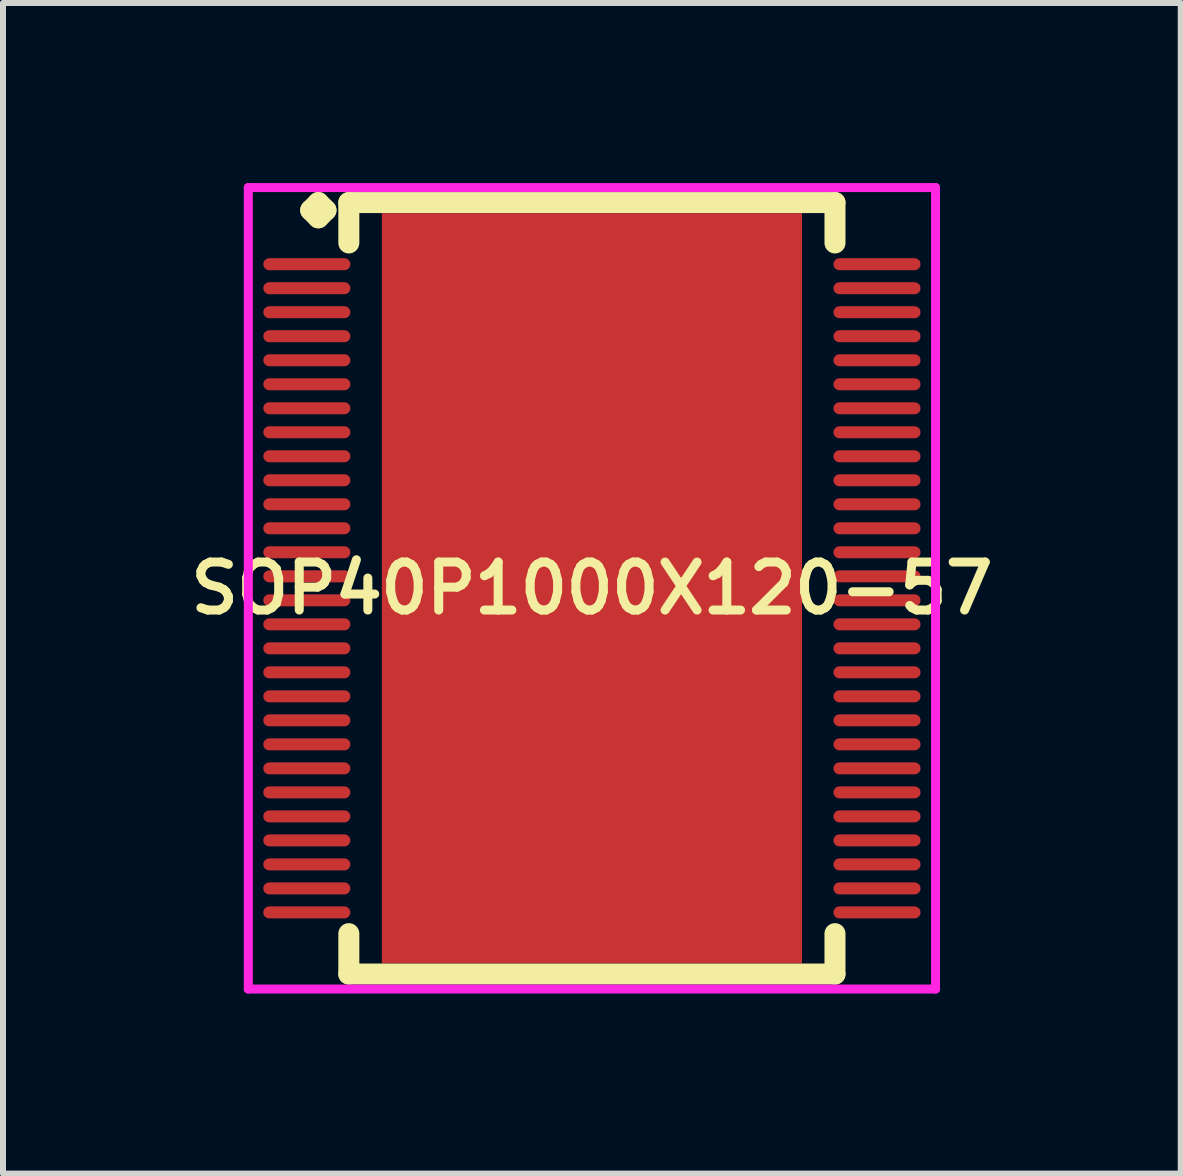
<source format=kicad_pcb>
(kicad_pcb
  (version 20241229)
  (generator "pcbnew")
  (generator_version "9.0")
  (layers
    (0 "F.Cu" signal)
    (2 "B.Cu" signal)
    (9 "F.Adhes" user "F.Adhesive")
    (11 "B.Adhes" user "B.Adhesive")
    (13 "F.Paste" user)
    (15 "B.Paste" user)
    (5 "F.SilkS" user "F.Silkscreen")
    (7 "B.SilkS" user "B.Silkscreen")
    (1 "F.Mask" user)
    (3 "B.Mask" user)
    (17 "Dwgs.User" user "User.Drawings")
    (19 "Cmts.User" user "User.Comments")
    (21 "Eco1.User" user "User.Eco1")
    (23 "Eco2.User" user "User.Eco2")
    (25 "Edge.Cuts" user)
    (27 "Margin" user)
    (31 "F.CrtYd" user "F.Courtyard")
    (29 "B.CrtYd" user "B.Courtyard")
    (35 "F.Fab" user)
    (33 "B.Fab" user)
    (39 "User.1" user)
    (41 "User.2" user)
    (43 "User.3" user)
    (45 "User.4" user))
  (footprint "SOP40P1000X120-57"
    (layer "F.Cu")
    (at 6.812 6.752)
    (property "Reference" "SOP40P1000X120-57" (at 0 0 0) (layer "F.SilkS") (effects (font (size 0.8 0.8) (thickness 0.15))))
    (attr smd)
    (fp_line (start -4.685 -6.3) (end -4.558 -6.427) (stroke (width 0.35) (type solid)) (layer "F.SilkS"))
    (fp_line (start -4.558 -6.427) (end -4.431 -6.3) (stroke (width 0.35) (type solid)) (layer "F.SilkS"))
    (fp_line (start -4.558 -6.173) (end -4.685 -6.3) (stroke (width 0.35) (type solid)) (layer "F.SilkS"))
    (fp_line (start -4.431 -6.3) (end -4.558 -6.173) (stroke (width 0.35) (type solid)) (layer "F.SilkS"))
    (fp_line (start -4.05 -6.427) (end 4.05 -6.427) (stroke (width 0.35) (type solid)) (layer "F.SilkS"))
    (fp_line (start -4.05 -5.754) (end -4.05 -6.427) (stroke (width 0.35) (type solid)) (layer "F.SilkS"))
    (fp_line (start -4.05 5.754) (end -4.05 6.427) (stroke (width 0.35) (type solid)) (layer "F.SilkS"))
    (fp_line (start -4.05 6.427) (end 4.05 6.427) (stroke (width 0.35) (type solid)) (layer "F.SilkS"))
    (fp_line (start 4.05 -6.427) (end 4.05 -5.754) (stroke (width 0.35) (type solid)) (layer "F.SilkS"))
    (fp_line (start 4.05 6.427) (end 4.05 5.754) (stroke (width 0.35) (type solid)) (layer "F.SilkS"))
    (fp_line (start -5.725 -6.677) (end 5.725 -6.677) (stroke (width 0.15) (type solid)) (layer "F.CrtYd"))
    (fp_line (start -5.725 6.677) (end -5.725 -6.677) (stroke (width 0.15) (type solid)) (layer "F.CrtYd"))
    (fp_line (start 5.725 -6.677) (end 5.725 6.677) (stroke (width 0.15) (type solid)) (layer "F.CrtYd"))
    (fp_line (start 5.725 6.677) (end -5.725 6.677) (stroke (width 0.15) (type solid)) (layer "F.CrtYd"))
    (pad "1" smd oval (at -4.75 -5.4) (size 1.45 0.2) (layers "F.Cu" "F.Mask" "F.Paste"))
    (pad "2" smd oval (at -4.75 -5) (size 1.45 0.2) (layers "F.Cu" "F.Mask" "F.Paste"))
    (pad "3" smd oval (at -4.75 -4.6) (size 1.45 0.2) (layers "F.Cu" "F.Mask" "F.Paste"))
    (pad "4" smd oval (at -4.75 -4.2) (size 1.45 0.2) (layers "F.Cu" "F.Mask" "F.Paste"))
    (pad "5" smd oval (at -4.75 -3.8) (size 1.45 0.2) (layers "F.Cu" "F.Mask" "F.Paste"))
    (pad "6" smd oval (at -4.75 -3.4) (size 1.45 0.2) (layers "F.Cu" "F.Mask" "F.Paste"))
    (pad "7" smd oval (at -4.75 -3) (size 1.45 0.2) (layers "F.Cu" "F.Mask" "F.Paste"))
    (pad "8" smd oval (at -4.75 -2.6) (size 1.45 0.2) (layers "F.Cu" "F.Mask" "F.Paste"))
    (pad "9" smd oval (at -4.75 -2.2) (size 1.45 0.2) (layers "F.Cu" "F.Mask" "F.Paste"))
    (pad "10" smd oval (at -4.75 -1.8) (size 1.45 0.2) (layers "F.Cu" "F.Mask" "F.Paste"))
    (pad "11" smd oval (at -4.75 -1.4) (size 1.45 0.2) (layers "F.Cu" "F.Mask" "F.Paste"))
    (pad "12" smd oval (at -4.75 -1) (size 1.45 0.2) (layers "F.Cu" "F.Mask" "F.Paste"))
    (pad "13" smd oval (at -4.75 -0.6) (size 1.45 0.2) (layers "F.Cu" "F.Mask" "F.Paste"))
    (pad "14" smd oval (at -4.75 -0.2) (size 1.45 0.2) (layers "F.Cu" "F.Mask" "F.Paste"))
    (pad "15" smd oval (at -4.75 0.2) (size 1.45 0.2) (layers "F.Cu" "F.Mask" "F.Paste"))
    (pad "16" smd oval (at -4.75 0.6) (size 1.45 0.2) (layers "F.Cu" "F.Mask" "F.Paste"))
    (pad "17" smd oval (at -4.75 1) (size 1.45 0.2) (layers "F.Cu" "F.Mask" "F.Paste"))
    (pad "18" smd oval (at -4.75 1.4) (size 1.45 0.2) (layers "F.Cu" "F.Mask" "F.Paste"))
    (pad "19" smd oval (at -4.75 1.8) (size 1.45 0.2) (layers "F.Cu" "F.Mask" "F.Paste"))
    (pad "20" smd oval (at -4.75 2.2) (size 1.45 0.2) (layers "F.Cu" "F.Mask" "F.Paste"))
    (pad "21" smd oval (at -4.75 2.6) (size 1.45 0.2) (layers "F.Cu" "F.Mask" "F.Paste"))
    (pad "22" smd oval (at -4.75 3) (size 1.45 0.2) (layers "F.Cu" "F.Mask" "F.Paste"))
    (pad "23" smd oval (at -4.75 3.4) (size 1.45 0.2) (layers "F.Cu" "F.Mask" "F.Paste"))
    (pad "24" smd oval (at -4.75 3.8) (size 1.45 0.2) (layers "F.Cu" "F.Mask" "F.Paste"))
    (pad "25" smd oval (at -4.75 4.2) (size 1.45 0.2) (layers "F.Cu" "F.Mask" "F.Paste"))
    (pad "26" smd oval (at -4.75 4.6) (size 1.45 0.2) (layers "F.Cu" "F.Mask" "F.Paste"))
    (pad "27" smd oval (at -4.75 5) (size 1.45 0.2) (layers "F.Cu" "F.Mask" "F.Paste"))
    (pad "28" smd oval (at -4.75 5.4) (size 1.45 0.2) (layers "F.Cu" "F.Mask" "F.Paste"))
    (pad "29" smd oval (at 4.75 5.4) (size 1.45 0.2) (layers "F.Cu" "F.Mask" "F.Paste"))
    (pad "30" smd oval (at 4.75 5) (size 1.45 0.2) (layers "F.Cu" "F.Mask" "F.Paste"))
    (pad "31" smd oval (at 4.75 4.6) (size 1.45 0.2) (layers "F.Cu" "F.Mask" "F.Paste"))
    (pad "32" smd oval (at 4.75 4.2) (size 1.45 0.2) (layers "F.Cu" "F.Mask" "F.Paste"))
    (pad "33" smd oval (at 4.75 3.8) (size 1.45 0.2) (layers "F.Cu" "F.Mask" "F.Paste"))
    (pad "34" smd oval (at 4.75 3.4) (size 1.45 0.2) (layers "F.Cu" "F.Mask" "F.Paste"))
    (pad "35" smd oval (at 4.75 3) (size 1.45 0.2) (layers "F.Cu" "F.Mask" "F.Paste"))
    (pad "36" smd oval (at 4.75 2.6) (size 1.45 0.2) (layers "F.Cu" "F.Mask" "F.Paste"))
    (pad "37" smd oval (at 4.75 2.2) (size 1.45 0.2) (layers "F.Cu" "F.Mask" "F.Paste"))
    (pad "38" smd oval (at 4.75 1.8) (size 1.45 0.2) (layers "F.Cu" "F.Mask" "F.Paste"))
    (pad "39" smd oval (at 4.75 1.4) (size 1.45 0.2) (layers "F.Cu" "F.Mask" "F.Paste"))
    (pad "40" smd oval (at 4.75 1) (size 1.45 0.2) (layers "F.Cu" "F.Mask" "F.Paste"))
    (pad "41" smd oval (at 4.75 0.6) (size 1.45 0.2) (layers "F.Cu" "F.Mask" "F.Paste"))
    (pad "42" smd oval (at 4.75 0.2) (size 1.45 0.2) (layers "F.Cu" "F.Mask" "F.Paste"))
    (pad "43" smd oval (at 4.75 -0.2) (size 1.45 0.2) (layers "F.Cu" "F.Mask" "F.Paste"))
    (pad "44" smd oval (at 4.75 -0.6) (size 1.45 0.2) (layers "F.Cu" "F.Mask" "F.Paste"))
    (pad "45" smd oval (at 4.75 -1) (size 1.45 0.2) (layers "F.Cu" "F.Mask" "F.Paste"))
    (pad "46" smd oval (at 4.75 -1.4) (size 1.45 0.2) (layers "F.Cu" "F.Mask" "F.Paste"))
    (pad "47" smd oval (at 4.75 -1.8) (size 1.45 0.2) (layers "F.Cu" "F.Mask" "F.Paste"))
    (pad "48" smd oval (at 4.75 -2.2) (size 1.45 0.2) (layers "F.Cu" "F.Mask" "F.Paste"))
    (pad "49" smd oval (at 4.75 -2.6) (size 1.45 0.2) (layers "F.Cu" "F.Mask" "F.Paste"))
    (pad "50" smd oval (at 4.75 -3) (size 1.45 0.2) (layers "F.Cu" "F.Mask" "F.Paste"))
    (pad "51" smd oval (at 4.75 -3.4) (size 1.45 0.2) (layers "F.Cu" "F.Mask" "F.Paste"))
    (pad "52" smd oval (at 4.75 -3.8) (size 1.45 0.2) (layers "F.Cu" "F.Mask" "F.Paste"))
    (pad "53" smd oval (at 4.75 -4.2) (size 1.45 0.2) (layers "F.Cu" "F.Mask" "F.Paste"))
    (pad "54" smd oval (at 4.75 -4.6) (size 1.45 0.2) (layers "F.Cu" "F.Mask" "F.Paste"))
    (pad "55" smd oval (at 4.75 -5) (size 1.45 0.2) (layers "F.Cu" "F.Mask" "F.Paste"))
    (pad "56" smd oval (at 4.75 -5.4) (size 1.45 0.2) (layers "F.Cu" "F.Mask" "F.Paste"))
    (pad "57" smd rect (at 0 0) (size 7 12.5) (layers "F.Cu" "F.Mask" "F.Paste")))
  (gr_rect
    (start -3 -3)
    (end 16.623 16.504)
    (stroke (width 0.1) (type default))
    (fill no)
    (layer "Edge.Cuts")))
</source>
